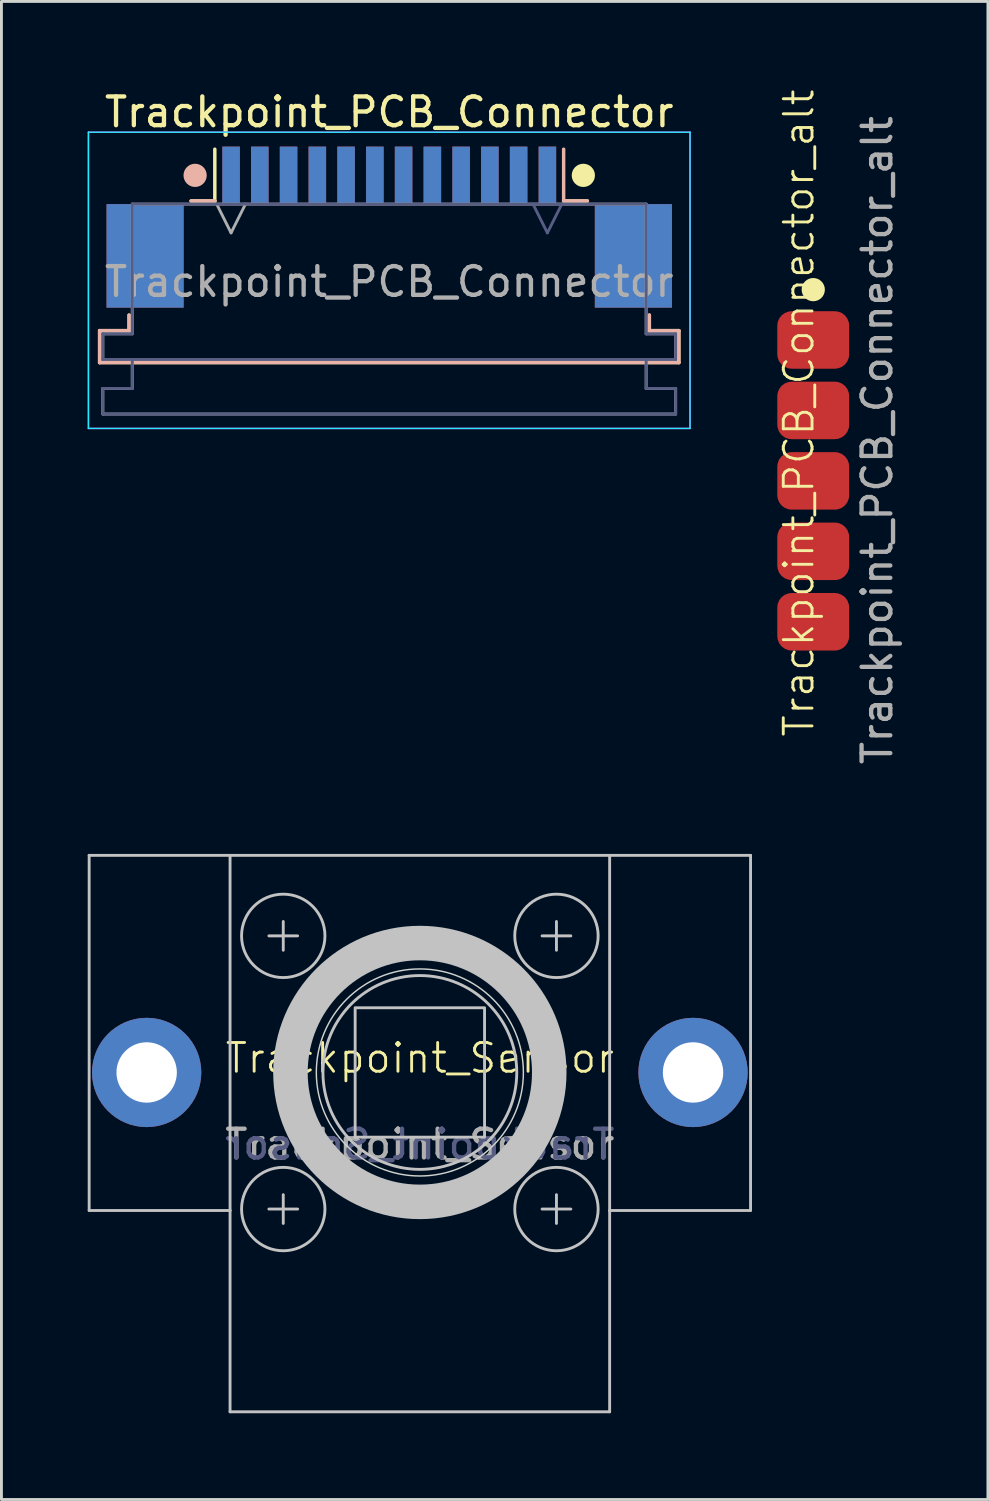
<source format=kicad_pcb>
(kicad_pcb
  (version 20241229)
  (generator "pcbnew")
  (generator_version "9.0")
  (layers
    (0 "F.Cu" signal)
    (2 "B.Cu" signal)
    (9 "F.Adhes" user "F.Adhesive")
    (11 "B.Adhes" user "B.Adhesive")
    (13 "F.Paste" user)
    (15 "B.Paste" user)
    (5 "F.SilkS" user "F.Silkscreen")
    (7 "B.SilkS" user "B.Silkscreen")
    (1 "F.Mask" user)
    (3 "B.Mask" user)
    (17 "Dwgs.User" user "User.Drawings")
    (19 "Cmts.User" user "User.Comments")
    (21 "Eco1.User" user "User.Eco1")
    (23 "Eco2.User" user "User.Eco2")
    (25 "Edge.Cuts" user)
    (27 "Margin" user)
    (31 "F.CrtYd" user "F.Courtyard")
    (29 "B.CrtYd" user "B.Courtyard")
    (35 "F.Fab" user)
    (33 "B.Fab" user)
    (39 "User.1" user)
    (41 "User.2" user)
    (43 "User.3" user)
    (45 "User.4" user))
  (footprint "Trackpoint_PCB_Connector"
    (layer "F.Cu")
    (at 10.485 4.848)
    (property "Reference" "Trackpoint_PCB_Connector" (at 0 -4 0) (layer "F.SilkS") (effects (font (size 1 1) (thickness 0.15))))
    (attr smd)
    (fp_line (start -10.07 3.6) (end -9.045 3.6) (stroke (width 0.12) (type solid)) (layer "F.SilkS"))
    (fp_line (start -10.07 4.71) (end -10.07 3.6) (stroke (width 0.12) (type solid)) (layer "F.SilkS"))
    (fp_line (start -9.045 3.6) (end -9.045 3.06) (stroke (width 0.12) (type solid)) (layer "F.SilkS"))
    (fp_line (start -6.89 -0.91) (end -6.065 -0.91) (stroke (width 0.12) (type solid)) (layer "F.SilkS"))
    (fp_line (start -6.065 -0.91) (end -6.065 -2.71) (stroke (width 0.12) (type solid)) (layer "F.SilkS"))
    (fp_line (start 6.065 -0.91) (end 6.89 -0.91) (stroke (width 0.12) (type solid)) (layer "F.SilkS"))
    (fp_line (start 9.045 3.06) (end 9.045 3.6) (stroke (width 0.12) (type solid)) (layer "F.SilkS"))
    (fp_line (start 9.045 3.6) (end 10.07 3.6) (stroke (width 0.12) (type solid)) (layer "F.SilkS"))
    (fp_line (start 10.07 3.6) (end 10.07 4.71) (stroke (width 0.12) (type solid)) (layer "F.SilkS"))
    (fp_line (start 10.07 4.71) (end -10.07 4.71) (stroke (width 0.12) (type solid)) (layer "F.SilkS"))
    (fp_circle (center 6.75 -1.8) (end 7.104 -1.8) (stroke (width 0.1) (type solid)) (fill yes) (layer "F.SilkS"))
    (fp_line (start -10.07 3.6) (end -10.07 4.71) (stroke (width 0.12) (type solid)) (layer "B.SilkS"))
    (fp_line (start -10.07 4.71) (end 10.07 4.71) (stroke (width 0.12) (type solid)) (layer "B.SilkS"))
    (fp_line (start -9.045 3.06) (end -9.045 3.6) (stroke (width 0.12) (type solid)) (layer "B.SilkS"))
    (fp_line (start -9.045 3.6) (end -10.07 3.6) (stroke (width 0.12) (type solid)) (layer "B.SilkS"))
    (fp_line (start -6.065 -0.91) (end -6.89 -0.91) (stroke (width 0.12) (type solid)) (layer "B.SilkS"))
    (fp_line (start 6.065 -0.91) (end 6.065 -2.71) (stroke (width 0.12) (type solid)) (layer "B.SilkS"))
    (fp_line (start 6.89 -0.91) (end 6.065 -0.91) (stroke (width 0.12) (type solid)) (layer "B.SilkS"))
    (fp_line (start 9.045 3.6) (end 9.045 3.06) (stroke (width 0.12) (type solid)) (layer "B.SilkS"))
    (fp_line (start 10.07 3.6) (end 9.045 3.6) (stroke (width 0.12) (type solid)) (layer "B.SilkS"))
    (fp_line (start 10.07 4.71) (end 10.07 3.6) (stroke (width 0.12) (type solid)) (layer "B.SilkS"))
    (fp_circle (center -6.75 -1.8) (end -6.396 -1.8) (stroke (width 0.1) (type solid)) (fill yes) (layer "B.SilkS"))
    (fp_line (start -10.46 -3.3) (end 10.46 -3.3) (stroke (width 0.05) (type solid)) (layer "B.CrtYd"))
    (fp_line (start -10.46 7) (end -10.46 -3.3) (stroke (width 0.05) (type solid)) (layer "B.CrtYd"))
    (fp_line (start 10.46 -3.3) (end 10.46 7) (stroke (width 0.05) (type solid)) (layer "B.CrtYd"))
    (fp_line (start 10.46 7) (end -10.46 7) (stroke (width 0.05) (type solid)) (layer "B.CrtYd"))
    (fp_line (start -10.46 -3.3) (end -10.46 7) (stroke (width 0.05) (type solid)) (layer "F.CrtYd"))
    (fp_line (start -10.46 7) (end 10.46 7) (stroke (width 0.05) (type solid)) (layer "F.CrtYd"))
    (fp_line (start 10.46 -3.3) (end -10.46 -3.3) (stroke (width 0.05) (type solid)) (layer "F.CrtYd"))
    (fp_line (start 10.46 7) (end 10.46 -3.3) (stroke (width 0.05) (type solid)) (layer "F.CrtYd"))
    (fp_line (start -9.96 3.71) (end -9.96 4.6) (stroke (width 0.1) (type solid)) (layer "B.Fab"))
    (fp_line (start -9.96 4.6) (end 9.96 4.6) (stroke (width 0.1) (type solid)) (layer "B.Fab"))
    (fp_line (start -9.96 5.61) (end -9.96 6.5) (stroke (width 0.1) (type solid)) (layer "B.Fab"))
    (fp_line (start -9.96 6.5) (end 9.96 6.5) (stroke (width 0.1) (type solid)) (layer "B.Fab"))
    (fp_line (start -8.935 -0.8) (end -8.935 3.71) (stroke (width 0.1) (type solid)) (layer "B.Fab"))
    (fp_line (start -8.935 3.71) (end -9.96 3.71) (stroke (width 0.1) (type solid)) (layer "B.Fab"))
    (fp_line (start -8.935 4.6) (end -8.935 5.61) (stroke (width 0.1) (type solid)) (layer "B.Fab"))
    (fp_line (start -8.935 5.61) (end -9.96 5.61) (stroke (width 0.1) (type solid)) (layer "B.Fab"))
    (fp_line (start 5.5 0.2) (end 5 -0.8) (stroke (width 0.1) (type solid)) (layer "B.Fab"))
    (fp_line (start 6 -0.8) (end 5.5 0.2) (stroke (width 0.1) (type solid)) (layer "B.Fab"))
    (fp_line (start 8.935 -0.8) (end -8.935 -0.8) (stroke (width 0.1) (type solid)) (layer "B.Fab"))
    (fp_line (start 8.935 3.71) (end 8.935 -0.8) (stroke (width 0.1) (type solid)) (layer "B.Fab"))
    (fp_line (start 8.935 5.61) (end 8.935 4.6) (stroke (width 0.1) (type solid)) (layer "B.Fab"))
    (fp_line (start 9.96 3.71) (end 8.935 3.71) (stroke (width 0.1) (type solid)) (layer "B.Fab"))
    (fp_line (start 9.96 4.6) (end 9.96 3.71) (stroke (width 0.1) (type solid)) (layer "B.Fab"))
    (fp_line (start 9.96 5.61) (end 8.935 5.61) (stroke (width 0.1) (type solid)) (layer "B.Fab"))
    (fp_line (start 9.96 6.5) (end 9.96 5.61) (stroke (width 0.1) (type solid)) (layer "B.Fab"))
    (fp_line (start -9.96 3.71) (end -8.935 3.71) (stroke (width 0.1) (type solid)) (layer "F.Fab"))
    (fp_line (start -9.96 4.6) (end -9.96 3.71) (stroke (width 0.1) (type solid)) (layer "F.Fab"))
    (fp_line (start -9.96 5.61) (end -8.935 5.61) (stroke (width 0.1) (type solid)) (layer "F.Fab"))
    (fp_line (start -9.96 6.5) (end -9.96 5.61) (stroke (width 0.1) (type solid)) (layer "F.Fab"))
    (fp_line (start -8.935 -0.8) (end 8.935 -0.8) (stroke (width 0.1) (type solid)) (layer "F.Fab"))
    (fp_line (start -8.935 3.71) (end -8.935 -0.8) (stroke (width 0.1) (type solid)) (layer "F.Fab"))
    (fp_line (start -8.935 5.61) (end -8.935 4.6) (stroke (width 0.1) (type solid)) (layer "F.Fab"))
    (fp_line (start -6 -0.8) (end -5.5 0.2) (stroke (width 0.1) (type solid)) (layer "F.Fab"))
    (fp_line (start -5.5 0.2) (end -5 -0.8) (stroke (width 0.1) (type solid)) (layer "F.Fab"))
    (fp_line (start 8.935 -0.8) (end 8.935 3.71) (stroke (width 0.1) (type solid)) (layer "F.Fab"))
    (fp_line (start 8.935 3.71) (end 9.96 3.71) (stroke (width 0.1) (type solid)) (layer "F.Fab"))
    (fp_line (start 8.935 4.6) (end 8.935 5.61) (stroke (width 0.1) (type solid)) (layer "F.Fab"))
    (fp_line (start 8.935 5.61) (end 9.96 5.61) (stroke (width 0.1) (type solid)) (layer "F.Fab"))
    (fp_line (start 9.96 3.71) (end 9.96 4.6) (stroke (width 0.1) (type solid)) (layer "F.Fab"))
    (fp_line (start 9.96 4.6) (end -9.96 4.6) (stroke (width 0.1) (type solid)) (layer "F.Fab"))
    (fp_line (start 9.96 5.61) (end 9.96 6.5) (stroke (width 0.1) (type solid)) (layer "F.Fab"))
    (fp_line (start 9.96 6.5) (end -9.96 6.5) (stroke (width 0.1) (type solid)) (layer "F.Fab"))
    (fp_text user "${REFERENCE}" (at 0 1.9 0) (layer "F.Fab") (effects (font (size 1 1) (thickness 0.15))))
    (pad "1" smd rect (at -5.5 -1.8) (size 0.61 2) (layers "B.Cu" "B.Mask" "B.Paste"))
    (pad "1" smd rect (at 5.5 -1.8) (size 0.61 2) (layers "F.Cu" "F.Mask" "F.Paste"))
    (pad "2" smd rect (at -4.5 -1.8) (size 0.61 2) (layers "B.Cu" "B.Mask" "B.Paste"))
    (pad "2" smd rect (at 4.5 -1.8) (size 0.61 2) (layers "F.Cu" "F.Mask" "F.Paste"))
    (pad "3" smd rect (at -3.5 -1.8) (size 0.61 2) (layers "B.Cu" "B.Mask" "B.Paste"))
    (pad "3" smd rect (at 3.5 -1.8) (size 0.61 2) (layers "F.Cu" "F.Mask" "F.Paste"))
    (pad "4" smd rect (at -2.5 -1.8) (size 0.61 2) (layers "B.Cu" "B.Mask" "B.Paste"))
    (pad "4" smd rect (at 2.5 -1.8) (size 0.61 2) (layers "F.Cu" "F.Mask" "F.Paste"))
    (pad "5" smd rect (at -1.5 -1.8) (size 0.61 2) (layers "B.Cu" "B.Mask" "B.Paste"))
    (pad "5" smd rect (at 1.5 -1.8) (size 0.61 2) (layers "F.Cu" "F.Mask" "F.Paste"))
    (pad "6" smd rect (at -0.5 -1.8) (size 0.61 2) (layers "B.Cu" "B.Mask" "B.Paste"))
    (pad "6" smd rect (at 0.5 -1.8) (size 0.61 2) (layers "F.Cu" "F.Mask" "F.Paste"))
    (pad "7" smd rect (at -0.5 -1.8) (size 0.61 2) (layers "F.Cu" "F.Mask" "F.Paste"))
    (pad "7" smd rect (at 0.5 -1.8) (size 0.61 2) (layers "B.Cu" "B.Mask" "B.Paste"))
    (pad "8" smd rect (at -1.5 -1.8) (size 0.61 2) (layers "F.Cu" "F.Mask" "F.Paste"))
    (pad "8" smd rect (at 1.5 -1.8) (size 0.61 2) (layers "B.Cu" "B.Mask" "B.Paste"))
    (pad "9" smd rect (at -2.5 -1.8) (size 0.61 2) (layers "F.Cu" "F.Mask" "F.Paste"))
    (pad "9" smd rect (at 2.5 -1.8) (size 0.61 2) (layers "B.Cu" "B.Mask" "B.Paste"))
    (pad "10" smd rect (at -3.5 -1.8) (size 0.61 2) (layers "F.Cu" "F.Mask" "F.Paste"))
    (pad "10" smd rect (at 3.5 -1.8) (size 0.61 2) (layers "B.Cu" "B.Mask" "B.Paste"))
    (pad "11" smd rect (at -4.5 -1.8) (size 0.61 2) (layers "F.Cu" "F.Mask" "F.Paste"))
    (pad "11" smd rect (at 4.5 -1.8) (size 0.61 2) (layers "B.Cu" "B.Mask" "B.Paste"))
    (pad "12" smd rect (at -5.5 -1.8) (size 0.61 2) (layers "F.Cu" "F.Mask" "F.Paste"))
    (pad "12" smd rect (at 5.5 -1.8) (size 0.61 2) (layers "B.Cu" "B.Mask" "B.Paste"))
    (pad "MP" smd rect (at -8.49 1) (size 2.68 3.6) (layers "F.Cu" "F.Mask" "F.Paste"))
    (pad "MP" smd rect (at -8.49 1) (size 2.68 3.6) (layers "B.Cu" "B.Mask" "B.Paste"))
    (pad "MP" smd rect (at 8.49 1) (size 2.68 3.6) (layers "F.Cu" "F.Mask" "F.Paste"))
    (pad "MP" smd rect (at 8.49 1) (size 2.68 3.6) (layers "B.Cu" "B.Mask" "B.Paste")))
  (footprint "Trackpoint_Sensor"
    (layer "F.Cu")
    (at 11.55 34.244)
    (property "Reference" "Trackpoint_Sensor" (at 0 -0.5 0) (unlocked yes) (layer "F.SilkS") (effects (font (size 1 1) (thickness 0.1))))
    (attr through_hole)
    (fp_line (start -11.5 -7.55) (end -11.5 4.8) (stroke (width 0.1) (type default)) (layer "Dwgs.User"))
    (fp_line (start -6.6 4.8) (end -11.5 4.8) (stroke (width 0.1) (type default)) (layer "Dwgs.User"))
    (fp_line (start -6.6 4.8) (end -6.6 -7.55) (stroke (width 0.1) (type default)) (layer "Dwgs.User"))
    (fp_line (start -6.6 11.8) (end -6.6 4.8) (stroke (width 0.1) (type default)) (layer "Dwgs.User"))
    (fp_line (start -5.25 -4.75) (end -4.25 -4.75) (stroke (width 0.1) (type default)) (layer "Dwgs.User"))
    (fp_line (start -5.25 4.75) (end -4.25 4.75) (stroke (width 0.1) (type default)) (layer "Dwgs.User"))
    (fp_line (start -4.75 -4.25) (end -4.75 -5.25) (stroke (width 0.1) (type default)) (layer "Dwgs.User"))
    (fp_line (start -4.75 4.25) (end -4.75 5.25) (stroke (width 0.1) (type default)) (layer "Dwgs.User"))
    (fp_line (start 4.25 -4.75) (end 5.25 -4.75) (stroke (width 0.1) (type default)) (layer "Dwgs.User"))
    (fp_line (start 4.25 4.75) (end 5.25 4.75) (stroke (width 0.1) (type default)) (layer "Dwgs.User"))
    (fp_line (start 4.75 -4.25) (end 4.75 -5.25) (stroke (width 0.1) (type default)) (layer "Dwgs.User"))
    (fp_line (start 4.75 5.25) (end 4.75 4.25) (stroke (width 0.1) (type default)) (layer "Dwgs.User"))
    (fp_line (start 6.6 4.8) (end 6.6 -7.55) (stroke (width 0.1) (type default)) (layer "Dwgs.User"))
    (fp_line (start 6.6 4.8) (end 11.5 4.8) (stroke (width 0.1) (type default)) (layer "Dwgs.User"))
    (fp_line (start 6.6 11.8) (end -6.6 11.8) (stroke (width 0.1) (type default)) (layer "Dwgs.User"))
    (fp_line (start 6.6 11.8) (end 6.6 4.8) (stroke (width 0.1) (type default)) (layer "Dwgs.User"))
    (fp_line (start 11.5 -7.55) (end -11.5 -7.55) (stroke (width 0.1) (type default)) (layer "Dwgs.User"))
    (fp_line (start 11.5 -7.55) (end 11.5 4.8) (stroke (width 0.1) (type default)) (layer "Dwgs.User"))
    (fp_rect (start -2.25 -2.25) (end 2.25 2.25) (stroke (width 0.1) (type default)) (fill no) (layer "Dwgs.User"))
    (fp_circle (center -4.75 -4.75) (end -6.2 -4.75) (stroke (width 0.1) (type default)) (fill no) (layer "Dwgs.User"))
    (fp_circle (center -4.75 4.75) (end -3.3 4.75) (stroke (width 0.1) (type default)) (fill no) (layer "Dwgs.User"))
    (fp_circle (center 0 0) (end 3.37 0) (stroke (width 0.1) (type default)) (fill no) (layer "Dwgs.User"))
    (fp_circle (center 0 0) (end 4.5 0) (stroke (width 1.2) (type solid)) (fill no) (layer "Dwgs.User"))
    (fp_circle (center 4.75 -4.75) (end 3.3 -4.75) (stroke (width 0.1) (type default)) (fill no) (layer "Dwgs.User"))
    (fp_circle (center 4.75 4.75) (end 6.2 4.75) (stroke (width 0.1) (type default)) (fill no) (layer "Dwgs.User"))
    (fp_circle (center 0 0) (end 3.6 0) (stroke (width 0.05) (type default)) (fill no) (layer "Edge.Cuts"))
    (fp_text user "${REFERENCE}" (at 0 2.5 0) (unlocked yes) (layer "B.Fab") (effects (font (size 1 1) (thickness 0.15)) (justify mirror)))
    (fp_text user "${REFERENCE}" (at 0 2.5 0) (unlocked yes) (layer "F.Fab") (effects (font (size 1 1) (thickness 0.15))))
    (pad "" thru_hole circle (at -9.5 0) (size 3.8 3.8) (drill 2.1) (layers "*.Cu" "*.Mask"))
    (pad "" thru_hole circle (at 9.5 0) (size 3.8 3.8) (drill 2.1) (layers "*.Cu" "*.Mask")))
  (footprint "Trackpoint_PCB_Connector_alt"
    (layer "F.Cu")
    (at 25.23 13.672)
    (property "Reference" "Trackpoint_PCB_Connector_alt" (at -0.5 -2.36 90) (unlocked yes) (layer "F.SilkS") (effects (font (size 1 1) (thickness 0.1))))
    (attr smd)
    (fp_circle (center 0 -6.65) (end 0.354 -6.65) (stroke (width 0.1) (type solid)) (fill yes) (layer "F.SilkS"))
    (fp_text user "${REFERENCE}" (at 2.225 -1.415 90) (unlocked yes) (layer "F.Fab") (effects (font (size 1 1) (thickness 0.15))))
    (pad "1" smd roundrect (at 0 -4.9 180) (size 2.5 2) (layers "F.Cu" "F.Mask" "F.Paste") (roundrect_rratio 0.25))
    (pad "2" smd roundrect (at 0 -2.45 180) (size 2.5 2) (layers "F.Cu" "F.Mask" "F.Paste") (roundrect_rratio 0.25))
    (pad "3" smd roundrect (at 0 0 180) (size 2.5 2) (layers "F.Cu" "F.Mask" "F.Paste") (roundrect_rratio 0.25))
    (pad "4" smd roundrect (at 0 2.45 180) (size 2.5 2) (layers "F.Cu" "F.Mask" "F.Paste") (roundrect_rratio 0.25))
    (pad "5" smd roundrect (at 0 4.9 180) (size 2.5 2) (layers "F.Cu" "F.Mask" "F.Paste") (roundrect_rratio 0.25)))
  (gr_rect
    (start -3 -3)
    (end 31.304 49.094)
    (stroke (width 0.1) (type default))
    (fill no)
    (layer "Edge.Cuts")))
</source>
